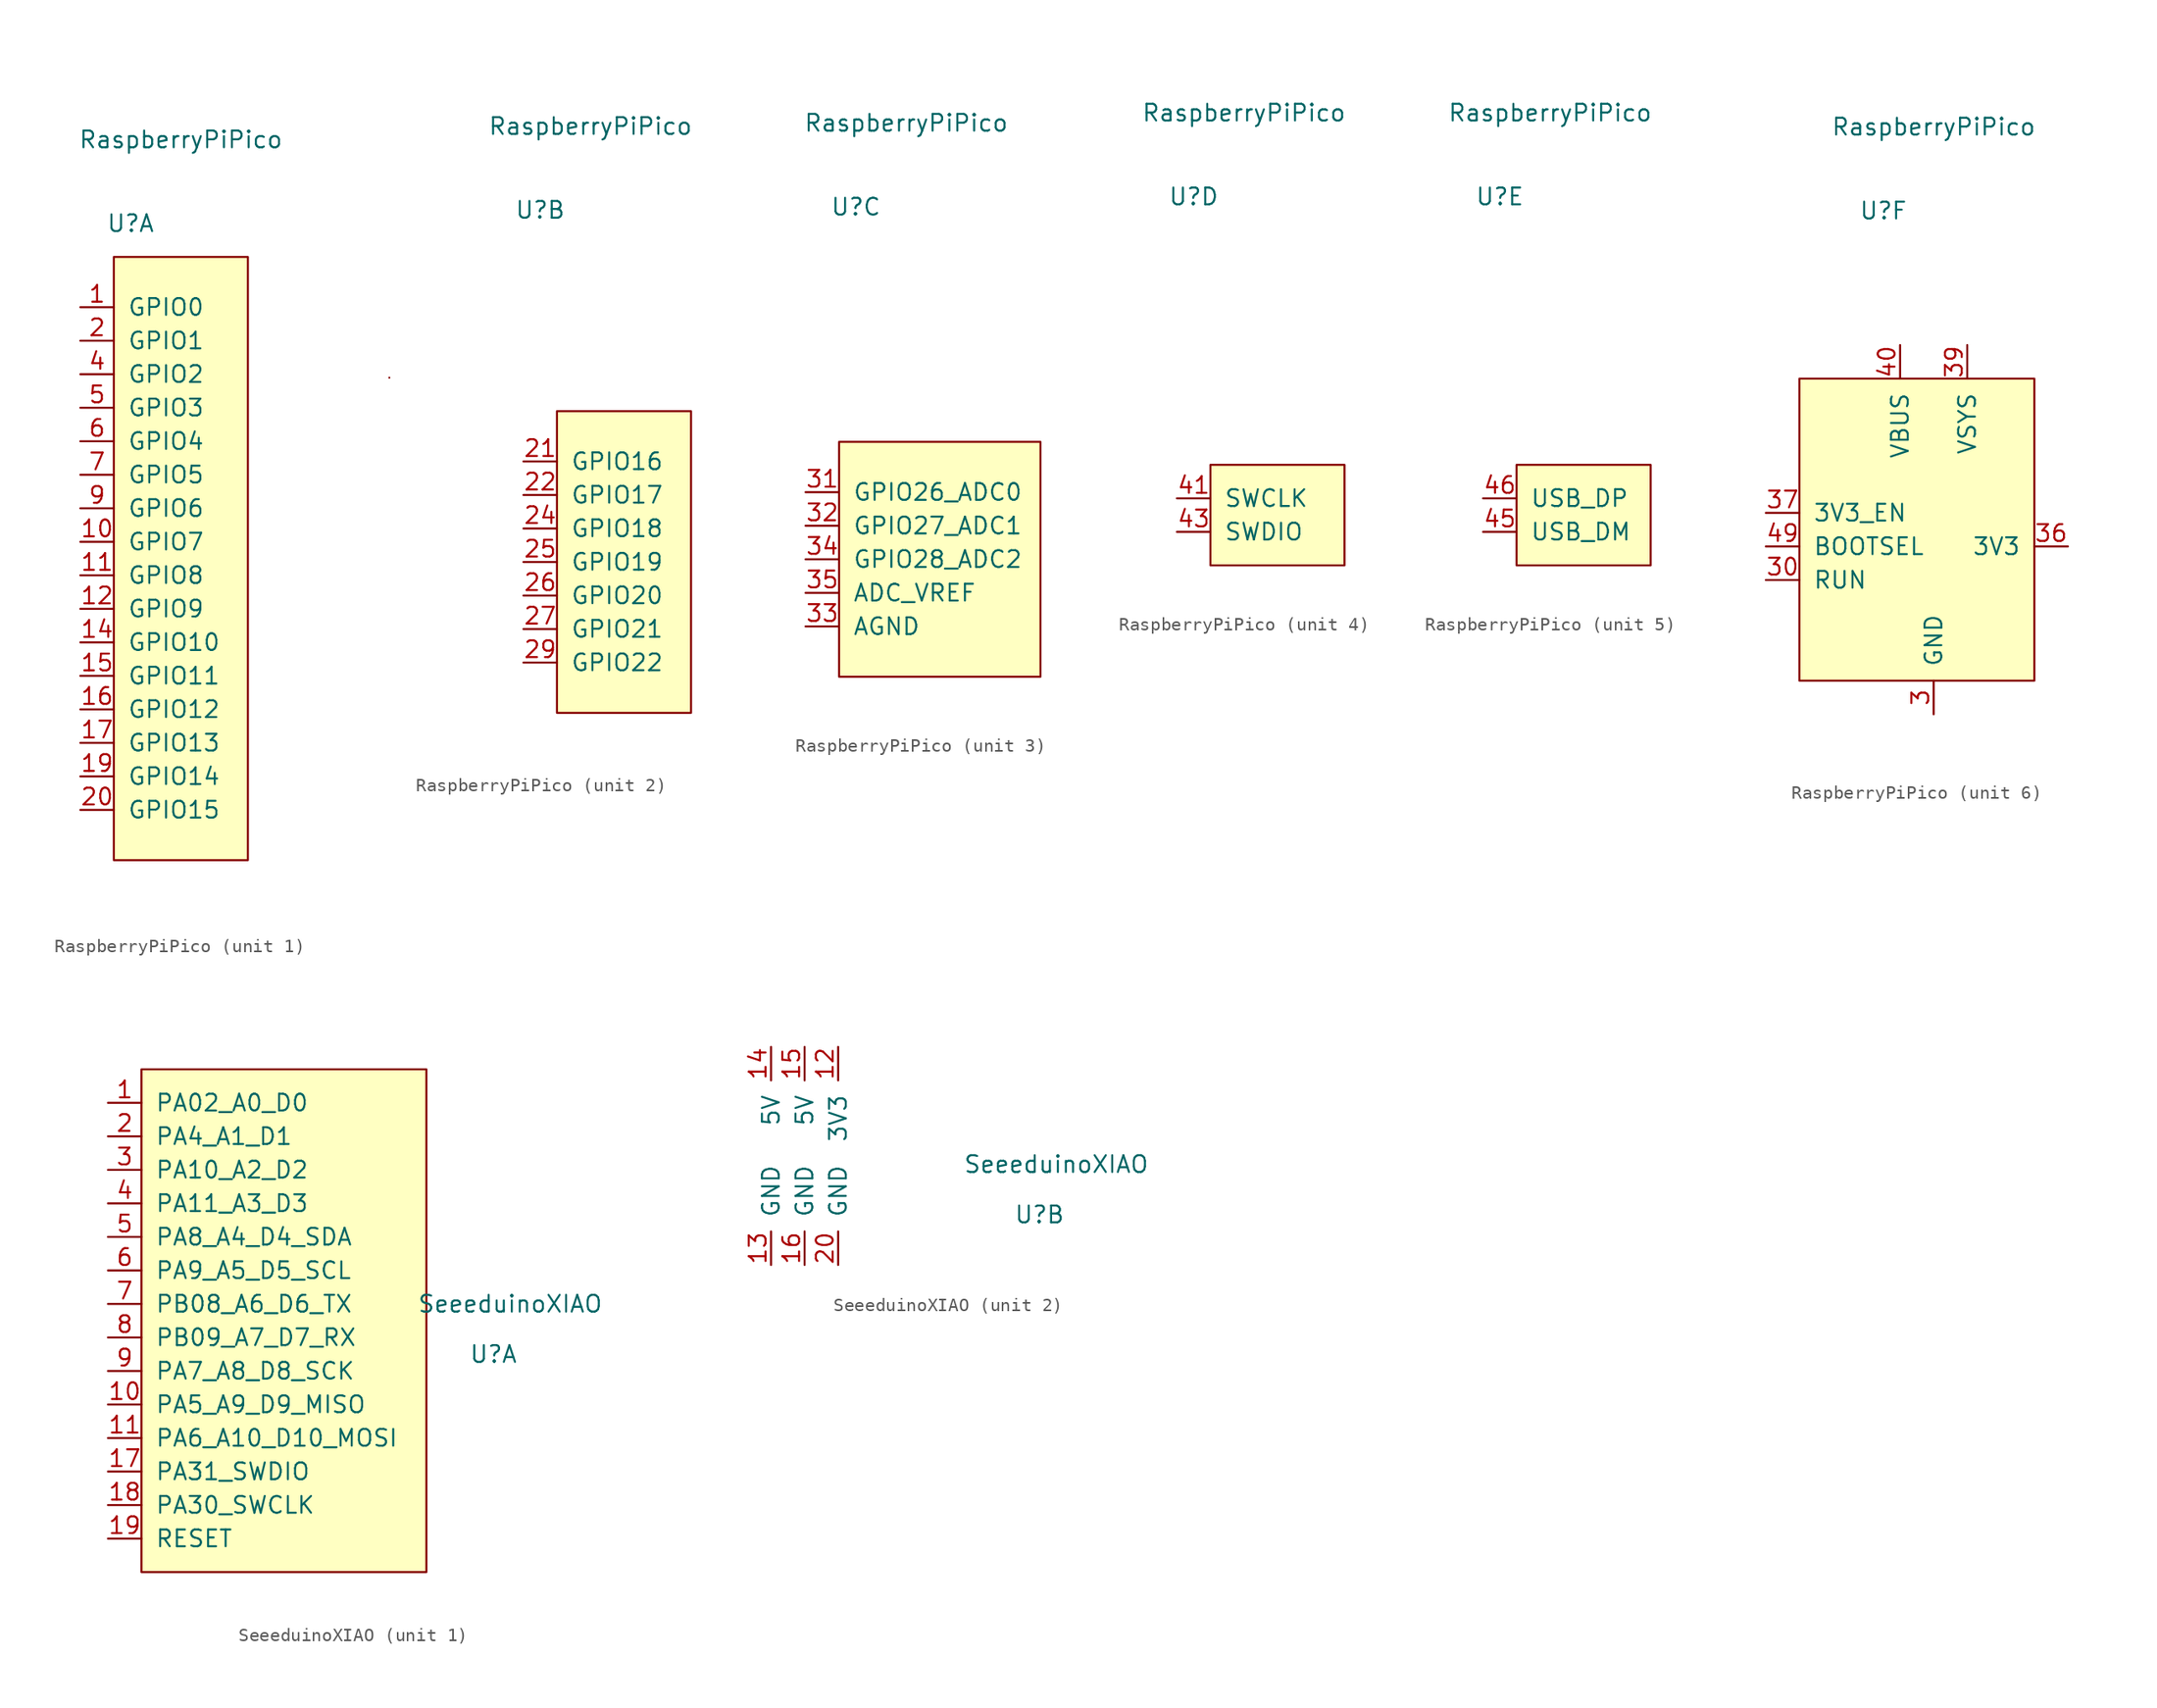
<source format=kicad_sym>
(kicad_symbol_lib
  (version 20231120)
  (generator "kicad_symbol_editor")
  (generator_version "8.0")
  (symbol "RaspberryPiPico"
    (pin_names
      (offset 1.016))
    (property "Reference" "U"
      (at -3.81 25.4 0)
      (effects (font (size 1.27 1.27))))
    (property "Value" "RaspberryPiPico"
      (at 0 31.75 0)
      (effects (font (size 1.27 1.27))))
    (property "ki_locked" ""
      (at 0 0 0)
      (effects (font (size 1.27 1.27))))
    (symbol "RaspberryPiPico_1_1"
      (rectangle (start -5.08 22.86) (end 5.08 -22.86) (stroke (width 0) (type default)) (fill (type background)))
      (pin bidirectional line (at -7.62 19.05 0) (length 2.54) (name "GPIO0" (effects (font (size 1.27 1.27)))) (number "1" (effects (font (size 1.27 1.27)))))
      (pin bidirectional line (at -7.62 1.27 0) (length 2.54) (name "GPIO7" (effects (font (size 1.27 1.27)))) (number "10" (effects (font (size 1.27 1.27)))))
      (pin bidirectional line (at -7.62 -1.27 0) (length 2.54) (name "GPIO8" (effects (font (size 1.27 1.27)))) (number "11" (effects (font (size 1.27 1.27)))))
      (pin bidirectional line (at -7.62 -3.81 0) (length 2.54) (name "GPIO9" (effects (font (size 1.27 1.27)))) (number "12" (effects (font (size 1.27 1.27)))))
      (pin bidirectional line (at -7.62 -6.35 0) (length 2.54) (name "GPIO10" (effects (font (size 1.27 1.27)))) (number "14" (effects (font (size 1.27 1.27)))))
      (pin bidirectional line (at -7.62 -8.89 0) (length 2.54) (name "GPIO11" (effects (font (size 1.27 1.27)))) (number "15" (effects (font (size 1.27 1.27)))))
      (pin bidirectional line (at -7.62 -11.43 0) (length 2.54) (name "GPIO12" (effects (font (size 1.27 1.27)))) (number "16" (effects (font (size 1.27 1.27)))))
      (pin bidirectional line (at -7.62 -13.97 0) (length 2.54) (name "GPIO13" (effects (font (size 1.27 1.27)))) (number "17" (effects (font (size 1.27 1.27)))))
      (pin bidirectional line (at -7.62 -16.51 0) (length 2.54) (name "GPIO14" (effects (font (size 1.27 1.27)))) (number "19" (effects (font (size 1.27 1.27)))))
      (pin bidirectional line (at -7.62 16.51 0) (length 2.54) (name "GPIO1" (effects (font (size 1.27 1.27)))) (number "2" (effects (font (size 1.27 1.27)))))
      (pin bidirectional line (at -7.62 -19.05 0) (length 2.54) (name "GPIO15" (effects (font (size 1.27 1.27)))) (number "20" (effects (font (size 1.27 1.27)))))
      (pin bidirectional line (at -7.62 13.97 0) (length 2.54) (name "GPIO2" (effects (font (size 1.27 1.27)))) (number "4" (effects (font (size 1.27 1.27)))))
      (pin bidirectional line (at -7.62 11.43 0) (length 2.54) (name "GPIO3" (effects (font (size 1.27 1.27)))) (number "5" (effects (font (size 1.27 1.27)))))
      (pin bidirectional line (at -7.62 8.89 0) (length 2.54) (name "GPIO4" (effects (font (size 1.27 1.27)))) (number "6" (effects (font (size 1.27 1.27)))))
      (pin bidirectional line (at -7.62 6.35 0) (length 2.54) (name "GPIO5" (effects (font (size 1.27 1.27)))) (number "7" (effects (font (size 1.27 1.27)))))
      (pin bidirectional line (at -7.62 3.81 0) (length 2.54) (name "GPIO6" (effects (font (size 1.27 1.27)))) (number "9" (effects (font (size 1.27 1.27))))))
    (symbol "RaspberryPiPico_2_1"
      (rectangle (start -15.24 12.7) (end -15.24 12.7) (stroke (width 0) (type default)) (fill (type none)))
      (rectangle (start -2.54 10.16) (end 7.62 -12.7) (stroke (width 0) (type default)) (fill (type background)))
      (pin bidirectional line (at -5.08 6.35 0) (length 2.54) (name "GPIO16" (effects (font (size 1.27 1.27)))) (number "21" (effects (font (size 1.27 1.27)))))
      (pin bidirectional line (at -5.08 3.81 0) (length 2.54) (name "GPIO17" (effects (font (size 1.27 1.27)))) (number "22" (effects (font (size 1.27 1.27)))))
      (pin bidirectional line (at -5.08 1.27 0) (length 2.54) (name "GPIO18" (effects (font (size 1.27 1.27)))) (number "24" (effects (font (size 1.27 1.27)))))
      (pin bidirectional line (at -5.08 -1.27 0) (length 2.54) (name "GPIO19" (effects (font (size 1.27 1.27)))) (number "25" (effects (font (size 1.27 1.27)))))
      (pin bidirectional line (at -5.08 -3.81 0) (length 2.54) (name "GPIO20" (effects (font (size 1.27 1.27)))) (number "26" (effects (font (size 1.27 1.27)))))
      (pin bidirectional line (at -5.08 -6.35 0) (length 2.54) (name "GPIO21" (effects (font (size 1.27 1.27)))) (number "27" (effects (font (size 1.27 1.27)))))
      (pin bidirectional line (at -5.08 -8.89 0) (length 2.54) (name "GPIO22" (effects (font (size 1.27 1.27)))) (number "29" (effects (font (size 1.27 1.27))))))
    (symbol "RaspberryPiPico_3_1"
      (rectangle (start -5.08 7.62) (end 10.16 -10.16) (stroke (width 0) (type default)) (fill (type background)))
      (pin bidirectional line (at -7.62 3.81 0) (length 2.54) (name "GPIO26_ADC0" (effects (font (size 1.27 1.27)))) (number "31" (effects (font (size 1.27 1.27)))))
      (pin bidirectional line (at -7.62 1.27 0) (length 2.54) (name "GPIO27_ADC1" (effects (font (size 1.27 1.27)))) (number "32" (effects (font (size 1.27 1.27)))))
      (pin power_in line (at -7.62 -6.35 0) (length 2.54) (name "AGND" (effects (font (size 1.27 1.27)))) (number "33" (effects (font (size 1.27 1.27)))))
      (pin bidirectional line (at -7.62 -1.27 0) (length 2.54) (name "GPIO28_ADC2" (effects (font (size 1.27 1.27)))) (number "34" (effects (font (size 1.27 1.27)))))
      (pin unspecified line (at -7.62 -3.81 0) (length 2.54) (name "ADC_VREF" (effects (font (size 1.27 1.27)))) (number "35" (effects (font (size 1.27 1.27))))))
    (symbol "RaspberryPiPico_4_1"
      (rectangle (start -2.54 5.08) (end 7.62 -2.54) (stroke (width 0) (type default)) (fill (type background)))
      (pin input line (at -5.08 2.54 0) (length 2.54) (name "SWCLK" (effects (font (size 1.27 1.27)))) (number "41" (effects (font (size 1.27 1.27)))))
      (pin bidirectional line (at -5.08 0 0) (length 2.54) (name "SWDIO" (effects (font (size 1.27 1.27)))) (number "43" (effects (font (size 1.27 1.27))))))
    (symbol "RaspberryPiPico_5_1"
      (rectangle (start -2.54 5.08) (end 7.62 -2.54) (stroke (width 0) (type default)) (fill (type background)))
      (pin bidirectional line (at -5.08 0 0) (length 2.54) (name "USB_DM" (effects (font (size 1.27 1.27)))) (number "45" (effects (font (size 1.27 1.27)))))
      (pin bidirectional line (at -5.08 2.54 0) (length 2.54) (name "USB_DP" (effects (font (size 1.27 1.27)))) (number "46" (effects (font (size 1.27 1.27))))))
    (symbol "RaspberryPiPico_6_1"
      (rectangle (start -10.16 12.7) (end 7.62 -10.16) (stroke (width 0) (type default)) (fill (type background)))
      (pin power_in line (at 0 -12.7 90) (length 2.54) hide (name "GND" (effects (font (size 1.27 1.27)))) (number "13" (effects (font (size 1.27 1.27)))))
      (pin power_in line (at 0 -12.7 90) (length 2.54) hide (name "GND" (effects (font (size 1.27 1.27)))) (number "18" (effects (font (size 1.27 1.27)))))
      (pin power_in line (at 0 -12.7 90) (length 2.54) hide (name "GND" (effects (font (size 1.27 1.27)))) (number "23" (effects (font (size 1.27 1.27)))))
      (pin power_in line (at 0 -12.7 90) (length 2.54) hide (name "GND" (effects (font (size 1.27 1.27)))) (number "28" (effects (font (size 1.27 1.27)))))
      (pin power_in line (at 0 -12.7 90) (length 2.54) (name "GND" (effects (font (size 1.27 1.27)))) (number "3" (effects (font (size 1.27 1.27)))))
      (pin input line (at -12.7 -2.54 0) (length 2.54) (name "RUN" (effects (font (size 1.27 1.27)))) (number "30" (effects (font (size 1.27 1.27)))))
      (pin power_out line (at 10.16 0 180) (length 2.54) (name "3V3" (effects (font (size 1.27 1.27)))) (number "36" (effects (font (size 1.27 1.27)))))
      (pin input line (at -12.7 2.54 0) (length 2.54) (name "3V3_EN" (effects (font (size 1.27 1.27)))) (number "37" (effects (font (size 1.27 1.27)))))
      (pin power_in line (at 0 -12.7 90) (length 2.54) hide (name "GND" (effects (font (size 1.27 1.27)))) (number "38" (effects (font (size 1.27 1.27)))))
      (pin power_in line (at 2.54 15.24 270) (length 2.54) (name "VSYS" (effects (font (size 1.27 1.27)))) (number "39" (effects (font (size 1.27 1.27)))))
      (pin power_in line (at -2.54 15.24 270) (length 2.54) (name "VBUS" (effects (font (size 1.27 1.27)))) (number "40" (effects (font (size 1.27 1.27)))))
      (pin power_in line (at 0 -12.7 90) (length 2.54) hide (name "GND" (effects (font (size 1.27 1.27)))) (number "42" (effects (font (size 1.27 1.27)))))
      (pin power_in line (at 0 -12.7 90) (length 2.54) hide (name "GND" (effects (font (size 1.27 1.27)))) (number "44" (effects (font (size 1.27 1.27)))))
      (pin no_connect line (at -12.7 -5.08 0) (length 2.54) hide (name "TP4" (effects (font (size 1.27 1.27)))) (number "47" (effects (font (size 1.27 1.27)))))
      (pin no_connect line (at -12.7 -7.62 0) (length 2.54) hide (name "TP5" (effects (font (size 1.27 1.27)))) (number "48" (effects (font (size 1.27 1.27)))))
      (pin input line (at -12.7 0 0) (length 2.54) (name "BOOTSEL" (effects (font (size 1.27 1.27)))) (number "49" (effects (font (size 1.27 1.27)))))
      (pin power_in line (at 0 -12.7 90) (length 2.54) hide (name "GND" (effects (font (size 1.27 1.27)))) (number "8" (effects (font (size 1.27 1.27)))))))
  (symbol "SeeeduinoXIAO"
    (pin_names
      (offset 1.016))
    (property "Reference" "U"
      (at 17.78 -5.08 0)
      (effects (font (size 1.27 1.27))))
    (property "Value" "SeeeduinoXIAO"
      (at 19.05 -1.27 0)
      (effects (font (size 1.27 1.27))))
    (property "ki_locked" ""
      (at 0 0 0)
      (effects (font (size 1.27 1.27))))
    (symbol "SeeeduinoXIAO_1_1"
      (rectangle (start -8.89 16.51) (end 12.7 -21.59) (stroke (width 0) (type default)) (fill (type background)))
      (pin bidirectional line (at -11.43 13.97 0) (length 2.54) (name "PA02_A0_D0" (effects (font (size 1.27 1.27)))) (number "1" (effects (font (size 1.27 1.27)))))
      (pin output line (at -11.43 -8.89 0) (length 2.54) (name "PA5_A9_D9_MISO" (effects (font (size 1.27 1.27)))) (number "10" (effects (font (size 1.27 1.27)))))
      (pin bidirectional line (at -11.43 -11.43 0) (length 2.54) (name "PA6_A10_D10_MOSI" (effects (font (size 1.27 1.27)))) (number "11" (effects (font (size 1.27 1.27)))))
      (pin input line (at -11.43 -13.97 0) (length 2.54) (name "PA31_SWDIO" (effects (font (size 1.27 1.27)))) (number "17" (effects (font (size 1.27 1.27)))))
      (pin input line (at -11.43 -16.51 0) (length 2.54) (name "PA30_SWCLK" (effects (font (size 1.27 1.27)))) (number "18" (effects (font (size 1.27 1.27)))))
      (pin input line (at -11.43 -19.05 0) (length 2.54) (name "RESET" (effects (font (size 1.27 1.27)))) (number "19" (effects (font (size 1.27 1.27)))))
      (pin bidirectional line (at -11.43 11.43 0) (length 2.54) (name "PA4_A1_D1" (effects (font (size 1.27 1.27)))) (number "2" (effects (font (size 1.27 1.27)))))
      (pin bidirectional line (at -11.43 8.89 0) (length 2.54) (name "PA10_A2_D2" (effects (font (size 1.27 1.27)))) (number "3" (effects (font (size 1.27 1.27)))))
      (pin bidirectional line (at -11.43 6.35 0) (length 2.54) (name "PA11_A3_D3" (effects (font (size 1.27 1.27)))) (number "4" (effects (font (size 1.27 1.27)))))
      (pin bidirectional line (at -11.43 3.81 0) (length 2.54) (name "PA8_A4_D4_SDA" (effects (font (size 1.27 1.27)))) (number "5" (effects (font (size 1.27 1.27)))))
      (pin bidirectional line (at -11.43 1.27 0) (length 2.54) (name "PA9_A5_D5_SCL" (effects (font (size 1.27 1.27)))) (number "6" (effects (font (size 1.27 1.27)))))
      (pin bidirectional line (at -11.43 -1.27 0) (length 2.54) (name "PB08_A6_D6_TX" (effects (font (size 1.27 1.27)))) (number "7" (effects (font (size 1.27 1.27)))))
      (pin bidirectional line (at -11.43 -3.81 0) (length 2.54) (name "PB09_A7_D7_RX" (effects (font (size 1.27 1.27)))) (number "8" (effects (font (size 1.27 1.27)))))
      (pin bidirectional line (at -11.43 -6.35 0) (length 2.54) (name "PA7_A8_D8_SCK" (effects (font (size 1.27 1.27)))) (number "9" (effects (font (size 1.27 1.27))))))
    (symbol "SeeeduinoXIAO_2_1"
      (pin power_in line (at 2.54 7.62 270) (length 2.54) (name "3V3" (effects (font (size 1.27 1.27)))) (number "12" (effects (font (size 1.27 1.27)))))
      (pin power_in line (at -2.54 -8.89 90) (length 2.54) (name "GND" (effects (font (size 1.27 1.27)))) (number "13" (effects (font (size 1.27 1.27)))))
      (pin power_in line (at -2.54 7.62 270) (length 2.54) (name "5V" (effects (font (size 1.27 1.27)))) (number "14" (effects (font (size 1.27 1.27)))))
      (pin power_in line (at 0 7.62 270) (length 2.54) (name "5V" (effects (font (size 1.27 1.27)))) (number "15" (effects (font (size 1.27 1.27)))))
      (pin power_in line (at 0 -8.89 90) (length 2.54) (name "GND" (effects (font (size 1.27 1.27)))) (number "16" (effects (font (size 1.27 1.27)))))
      (pin power_in line (at 2.54 -8.89 90) (length 2.54) (name "GND" (effects (font (size 1.27 1.27)))) (number "20" (effects (font (size 1.27 1.27))))))))
</source>
